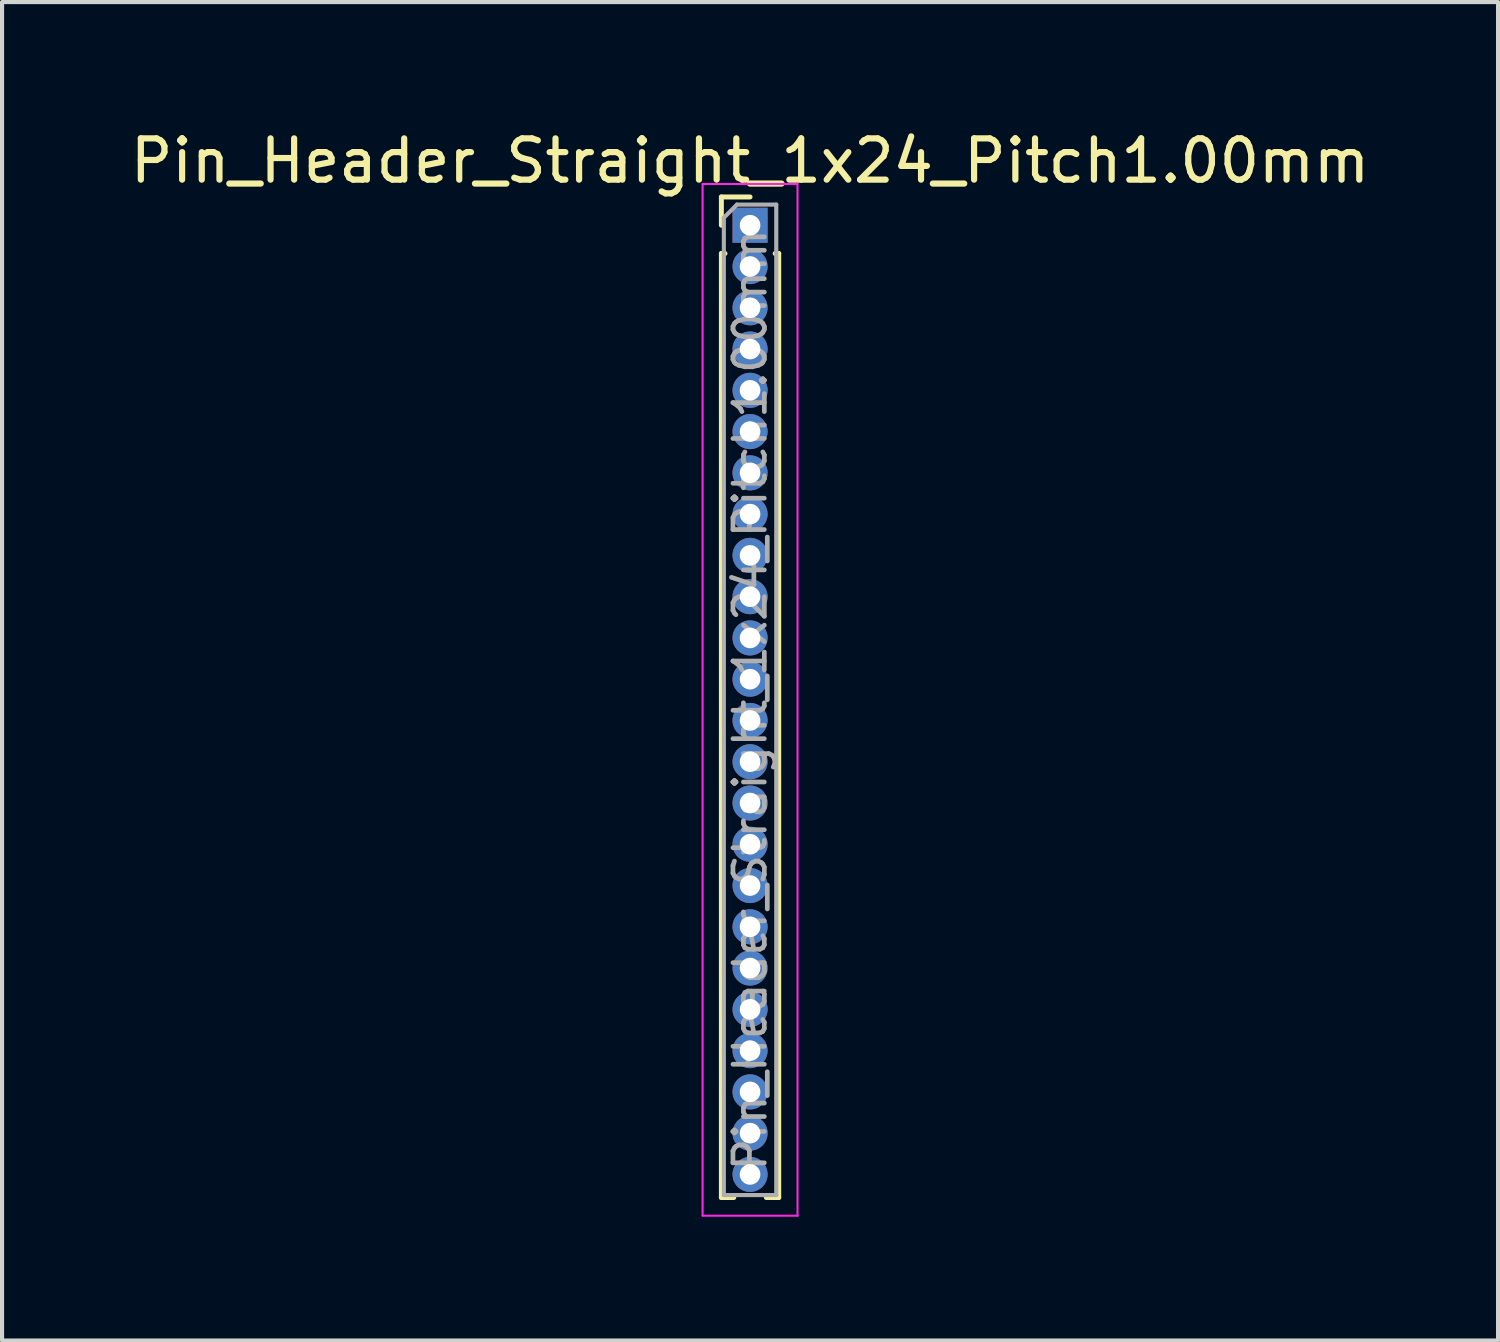
<source format=kicad_pcb>
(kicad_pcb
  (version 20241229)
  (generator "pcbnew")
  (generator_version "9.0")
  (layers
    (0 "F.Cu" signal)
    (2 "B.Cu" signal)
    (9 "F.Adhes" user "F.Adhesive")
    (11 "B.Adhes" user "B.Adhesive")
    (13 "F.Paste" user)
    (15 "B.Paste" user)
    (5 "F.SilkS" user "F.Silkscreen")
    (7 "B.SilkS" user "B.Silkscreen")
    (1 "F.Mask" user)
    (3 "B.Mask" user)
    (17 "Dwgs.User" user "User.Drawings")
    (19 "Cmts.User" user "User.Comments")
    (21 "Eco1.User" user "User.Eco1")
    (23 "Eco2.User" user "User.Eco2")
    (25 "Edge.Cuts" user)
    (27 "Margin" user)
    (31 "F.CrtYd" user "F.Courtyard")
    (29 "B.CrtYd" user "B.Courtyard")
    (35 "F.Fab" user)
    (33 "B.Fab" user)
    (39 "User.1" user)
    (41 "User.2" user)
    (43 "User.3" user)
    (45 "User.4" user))
  (footprint "Pin_Header_Straight_1x24_Pitch1.00mm"
    (layer "F.Cu")
    (at 15.125 2.408)
    (property "Reference" "Pin_Header_Straight_1x24_Pitch1.00mm" (at 0 -1.56 0) (layer "F.SilkS") (effects (font (size 1 1) (thickness 0.15))))
    (attr through_hole)
    (fp_line (start -0.695 -0.685) (end 0 -0.685) (stroke (width 0.12) (type solid)) (layer "F.SilkS"))
    (fp_line (start -0.695 0) (end -0.695 -0.685) (stroke (width 0.12) (type solid)) (layer "F.SilkS"))
    (fp_line (start -0.695 0.685) (end -0.695 23.56) (stroke (width 0.12) (type solid)) (layer "F.SilkS"))
    (fp_line (start -0.695 0.685) (end -0.608 0.685) (stroke (width 0.12) (type solid)) (layer "F.SilkS"))
    (fp_line (start -0.695 23.56) (end -0.394 23.56) (stroke (width 0.12) (type solid)) (layer "F.SilkS"))
    (fp_line (start 0.394 23.56) (end 0.695 23.56) (stroke (width 0.12) (type solid)) (layer "F.SilkS"))
    (fp_line (start 0.608 0.685) (end 0.695 0.685) (stroke (width 0.12) (type solid)) (layer "F.SilkS"))
    (fp_line (start 0.695 0.685) (end 0.695 23.56) (stroke (width 0.12) (type solid)) (layer "F.SilkS"))
    (fp_line (start -1.15 -1) (end -1.15 24) (stroke (width 0.05) (type solid)) (layer "F.CrtYd"))
    (fp_line (start -1.15 24) (end 1.15 24) (stroke (width 0.05) (type solid)) (layer "F.CrtYd"))
    (fp_line (start 1.15 -1) (end -1.15 -1) (stroke (width 0.05) (type solid)) (layer "F.CrtYd"))
    (fp_line (start 1.15 24) (end 1.15 -1) (stroke (width 0.05) (type solid)) (layer "F.CrtYd"))
    (fp_line (start -0.635 -0.182) (end -0.318 -0.5) (stroke (width 0.1) (type solid)) (layer "F.Fab"))
    (fp_line (start -0.635 23.5) (end -0.635 -0.182) (stroke (width 0.1) (type solid)) (layer "F.Fab"))
    (fp_line (start -0.318 -0.5) (end 0.635 -0.5) (stroke (width 0.1) (type solid)) (layer "F.Fab"))
    (fp_line (start 0.635 -0.5) (end 0.635 23.5) (stroke (width 0.1) (type solid)) (layer "F.Fab"))
    (fp_line (start 0.635 23.5) (end -0.635 23.5) (stroke (width 0.1) (type solid)) (layer "F.Fab"))
    (fp_text user "${REFERENCE}" (at 0 11.5 90) (layer "F.Fab") (effects (font (size 0.76 0.76) (thickness 0.114))))
    (pad "1" thru_hole rect (at 0 0) (size 0.85 0.85) (drill 0.5) (layers "*.Cu" "*.Mask"))
    (pad "2" thru_hole oval (at 0 1) (size 0.85 0.85) (drill 0.5) (layers "*.Cu" "*.Mask"))
    (pad "3" thru_hole oval (at 0 2) (size 0.85 0.85) (drill 0.5) (layers "*.Cu" "*.Mask"))
    (pad "4" thru_hole oval (at 0 3) (size 0.85 0.85) (drill 0.5) (layers "*.Cu" "*.Mask"))
    (pad "5" thru_hole oval (at 0 4) (size 0.85 0.85) (drill 0.5) (layers "*.Cu" "*.Mask"))
    (pad "6" thru_hole oval (at 0 5) (size 0.85 0.85) (drill 0.5) (layers "*.Cu" "*.Mask"))
    (pad "7" thru_hole oval (at 0 6) (size 0.85 0.85) (drill 0.5) (layers "*.Cu" "*.Mask"))
    (pad "8" thru_hole oval (at 0 7) (size 0.85 0.85) (drill 0.5) (layers "*.Cu" "*.Mask"))
    (pad "9" thru_hole oval (at 0 8) (size 0.85 0.85) (drill 0.5) (layers "*.Cu" "*.Mask"))
    (pad "10" thru_hole oval (at 0 9) (size 0.85 0.85) (drill 0.5) (layers "*.Cu" "*.Mask"))
    (pad "11" thru_hole oval (at 0 10) (size 0.85 0.85) (drill 0.5) (layers "*.Cu" "*.Mask"))
    (pad "12" thru_hole oval (at 0 11) (size 0.85 0.85) (drill 0.5) (layers "*.Cu" "*.Mask"))
    (pad "13" thru_hole oval (at 0 12) (size 0.85 0.85) (drill 0.5) (layers "*.Cu" "*.Mask"))
    (pad "14" thru_hole oval (at 0 13) (size 0.85 0.85) (drill 0.5) (layers "*.Cu" "*.Mask"))
    (pad "15" thru_hole oval (at 0 14) (size 0.85 0.85) (drill 0.5) (layers "*.Cu" "*.Mask"))
    (pad "16" thru_hole oval (at 0 15) (size 0.85 0.85) (drill 0.5) (layers "*.Cu" "*.Mask"))
    (pad "17" thru_hole oval (at 0 16) (size 0.85 0.85) (drill 0.5) (layers "*.Cu" "*.Mask"))
    (pad "18" thru_hole oval (at 0 17) (size 0.85 0.85) (drill 0.5) (layers "*.Cu" "*.Mask"))
    (pad "19" thru_hole oval (at 0 18) (size 0.85 0.85) (drill 0.5) (layers "*.Cu" "*.Mask"))
    (pad "20" thru_hole oval (at 0 19) (size 0.85 0.85) (drill 0.5) (layers "*.Cu" "*.Mask"))
    (pad "21" thru_hole oval (at 0 20) (size 0.85 0.85) (drill 0.5) (layers "*.Cu" "*.Mask"))
    (pad "22" thru_hole oval (at 0 21) (size 0.85 0.85) (drill 0.5) (layers "*.Cu" "*.Mask"))
    (pad "23" thru_hole oval (at 0 22) (size 0.85 0.85) (drill 0.5) (layers "*.Cu" "*.Mask"))
    (pad "24" thru_hole oval (at 0 23) (size 0.85 0.85) (drill 0.5) (layers "*.Cu" "*.Mask")))
  (gr_rect
    (start -3 -3)
    (end 33.25 29.433)
    (stroke (width 0.1) (type default))
    (fill no)
    (layer "Edge.Cuts")))
</source>
